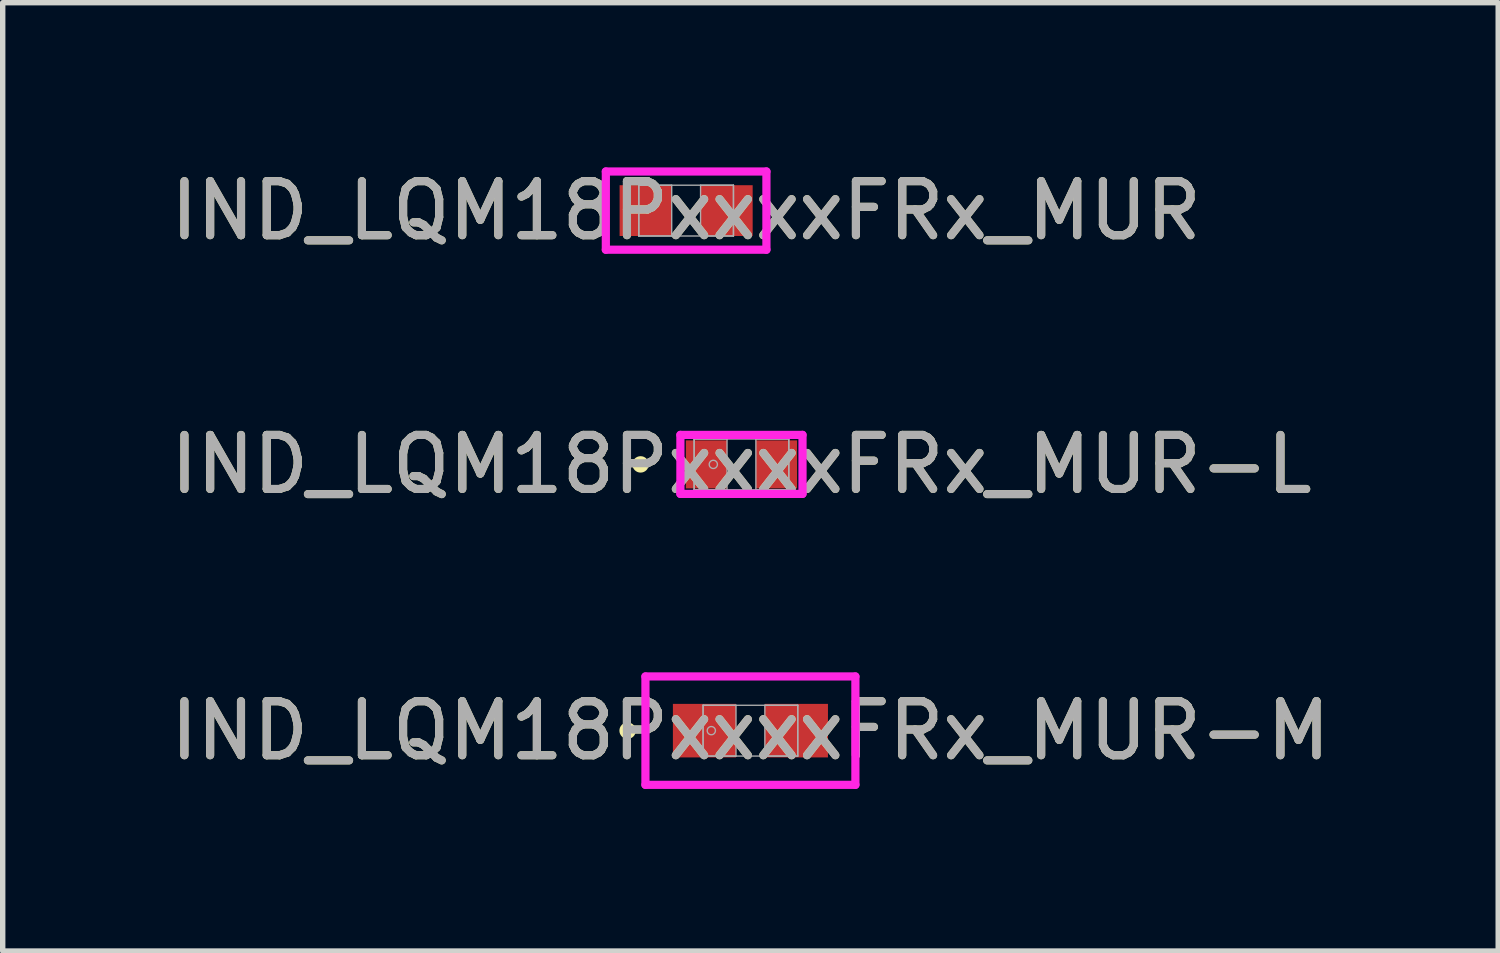
<source format=kicad_pcb>
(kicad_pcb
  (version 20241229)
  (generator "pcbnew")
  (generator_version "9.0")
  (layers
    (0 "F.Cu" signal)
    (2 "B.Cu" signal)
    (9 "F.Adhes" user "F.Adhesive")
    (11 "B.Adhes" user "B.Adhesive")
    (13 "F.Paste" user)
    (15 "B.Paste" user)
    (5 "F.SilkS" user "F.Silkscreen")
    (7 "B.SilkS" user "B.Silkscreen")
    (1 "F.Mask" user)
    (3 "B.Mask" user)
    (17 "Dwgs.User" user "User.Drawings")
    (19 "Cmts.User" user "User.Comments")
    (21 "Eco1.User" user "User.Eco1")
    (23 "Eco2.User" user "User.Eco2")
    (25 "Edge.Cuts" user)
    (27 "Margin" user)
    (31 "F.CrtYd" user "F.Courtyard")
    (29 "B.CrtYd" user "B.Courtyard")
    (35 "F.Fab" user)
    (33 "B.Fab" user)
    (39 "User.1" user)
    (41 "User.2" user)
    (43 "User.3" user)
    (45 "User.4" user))
  (footprint "IND_LQM18PxxxxFRx_MUR"
    (layer "F.Cu")
    (at 9.649 0.848)
    (property "Reference" "IND_LQM18PxxxxFRx_MUR" (at 0 0 0) (unlocked yes) (layer "F.SilkS") (effects (font (size 1 1) (thickness 0.15))))
    (attr smd)
    (fp_line (start -1.486 -0.724) (end 1.486 -0.724) (stroke (width 0.152) (type solid)) (layer "F.CrtYd"))
    (fp_line (start -1.486 0.724) (end -1.486 -0.724) (stroke (width 0.152) (type solid)) (layer "F.CrtYd"))
    (fp_line (start 1.486 -0.724) (end 1.486 0.724) (stroke (width 0.152) (type solid)) (layer "F.CrtYd"))
    (fp_line (start 1.486 0.724) (end -1.486 0.724) (stroke (width 0.152) (type solid)) (layer "F.CrtYd"))
    (fp_line (start -0.876 -0.47) (end -0.876 0.47) (stroke (width 0.025) (type solid)) (layer "F.Fab"))
    (fp_line (start -0.876 -0.47) (end -0.876 0.47) (stroke (width 0.025) (type solid)) (layer "F.Fab"))
    (fp_line (start -0.876 0.47) (end -0.267 0.47) (stroke (width 0.025) (type solid)) (layer "F.Fab"))
    (fp_line (start -0.876 0.47) (end 0.876 0.47) (stroke (width 0.025) (type solid)) (layer "F.Fab"))
    (fp_line (start -0.267 -0.47) (end -0.876 -0.47) (stroke (width 0.025) (type solid)) (layer "F.Fab"))
    (fp_line (start -0.267 0.47) (end -0.267 -0.47) (stroke (width 0.025) (type solid)) (layer "F.Fab"))
    (fp_line (start 0.267 -0.47) (end 0.267 0.47) (stroke (width 0.025) (type solid)) (layer "F.Fab"))
    (fp_line (start 0.267 0.47) (end 0.876 0.47) (stroke (width 0.025) (type solid)) (layer "F.Fab"))
    (fp_line (start 0.876 -0.47) (end -0.876 -0.47) (stroke (width 0.025) (type solid)) (layer "F.Fab"))
    (fp_line (start 0.876 -0.47) (end 0.267 -0.47) (stroke (width 0.025) (type solid)) (layer "F.Fab"))
    (fp_line (start 0.876 0.47) (end 0.876 -0.47) (stroke (width 0.025) (type solid)) (layer "F.Fab"))
    (fp_line (start 0.876 0.47) (end 0.876 -0.47) (stroke (width 0.025) (type solid)) (layer "F.Fab"))
    (fp_circle (center -0.622 0) (end -0.622 0) (stroke (width 0.025) (type solid)) (fill no) (layer "F.Fab"))
    (fp_text user "${REFERENCE}" (at 0 0 0) (unlocked yes) (layer "F.Fab") (effects (font (size 1 1) (thickness 0.15))))
    (pad "1" smd rect (at -0.749 0) (size 0.965 0.94) (layers "F.Cu" "F.Mask" "F.Paste"))
    (pad "2" smd rect (at 0.749 0) (size 0.965 0.94) (layers "F.Cu" "F.Mask" "F.Paste"))
    (zone (net_name "") (layer "F.Cu") (hatch full 0.508) (connect_pads) (min_thickness 0.254) (filled_areas_thickness no) (keepout (tracks not_allowed) (vias not_allowed) (pads allowed) (copperpour not_allowed) (footprints allowed)) (placement (enabled no)) (fill) (polygon (pts (xy 9.433 0.429) (xy 9.865 0.429) (xy 9.865 1.267) (xy 9.433 1.267)))))
  (footprint "IND_LQM18PxxxxFRx_MUR-M"
    (layer "F.Cu")
    (at 10.839 10.473)
    (property "Reference" "IND_LQM18PxxxxFRx_MUR-M" (at 0 0 0) (unlocked yes) (layer "F.SilkS") (effects (font (size 1 1) (thickness 0.15))))
    (attr smd)
    (fp_circle (center -2.273 0) (end -2.197 0) (stroke (width 0.152) (type solid)) (fill no) (layer "F.SilkS"))
    (fp_line (start -1.943 -1.003) (end 1.943 -1.003) (stroke (width 0.152) (type solid)) (layer "F.CrtYd"))
    (fp_line (start -1.943 1.003) (end -1.943 -1.003) (stroke (width 0.152) (type solid)) (layer "F.CrtYd"))
    (fp_line (start 1.943 -1.003) (end 1.943 1.003) (stroke (width 0.152) (type solid)) (layer "F.CrtYd"))
    (fp_line (start 1.943 1.003) (end -1.943 1.003) (stroke (width 0.152) (type solid)) (layer "F.CrtYd"))
    (fp_line (start -0.876 -0.47) (end -0.876 0.47) (stroke (width 0.025) (type solid)) (layer "F.Fab"))
    (fp_line (start -0.876 -0.47) (end -0.876 0.47) (stroke (width 0.025) (type solid)) (layer "F.Fab"))
    (fp_line (start -0.876 0.47) (end -0.267 0.47) (stroke (width 0.025) (type solid)) (layer "F.Fab"))
    (fp_line (start -0.876 0.47) (end 0.876 0.47) (stroke (width 0.025) (type solid)) (layer "F.Fab"))
    (fp_line (start -0.267 -0.47) (end -0.876 -0.47) (stroke (width 0.025) (type solid)) (layer "F.Fab"))
    (fp_line (start -0.267 0.47) (end -0.267 -0.47) (stroke (width 0.025) (type solid)) (layer "F.Fab"))
    (fp_line (start 0.267 -0.47) (end 0.267 0.47) (stroke (width 0.025) (type solid)) (layer "F.Fab"))
    (fp_line (start 0.267 0.47) (end 0.876 0.47) (stroke (width 0.025) (type solid)) (layer "F.Fab"))
    (fp_line (start 0.876 -0.47) (end -0.876 -0.47) (stroke (width 0.025) (type solid)) (layer "F.Fab"))
    (fp_line (start 0.876 -0.47) (end 0.267 -0.47) (stroke (width 0.025) (type solid)) (layer "F.Fab"))
    (fp_line (start 0.876 0.47) (end 0.876 -0.47) (stroke (width 0.025) (type solid)) (layer "F.Fab"))
    (fp_line (start 0.876 0.47) (end 0.876 -0.47) (stroke (width 0.025) (type solid)) (layer "F.Fab"))
    (fp_circle (center -0.724 0) (end -0.648 0) (stroke (width 0.025) (type solid)) (fill no) (layer "F.Fab"))
    (fp_text user "${REFERENCE}" (at 0 0 0) (unlocked yes) (layer "F.Fab") (effects (font (size 1 1) (thickness 0.15))))
    (pad "1" smd rect (at -0.851 0) (size 1.168 0.991) (layers "F.Cu" "F.Mask" "F.Paste"))
    (pad "2" smd rect (at 0.851 0) (size 1.168 0.991) (layers "F.Cu" "F.Mask" "F.Paste"))
    (zone (net_name "") (layer "F.Cu") (hatch full 0.508) (connect_pads) (min_thickness 0.254) (filled_areas_thickness no) (keepout (tracks not_allowed) (vias not_allowed) (pads allowed) (copperpour not_allowed) (footprints allowed)) (placement (enabled no)) (fill) (polygon (pts (xy 10.623 10.053) (xy 11.055 10.053) (xy 11.055 10.892) (xy 10.623 10.892)))))
  (footprint "IND_LQM18PxxxxFRx_MUR-L"
    (layer "F.Cu")
    (at 10.673 5.545)
    (property "Reference" "IND_LQM18PxxxxFRx_MUR-L" (at 0 0 0) (unlocked yes) (layer "F.SilkS") (effects (font (size 1 1) (thickness 0.15))))
    (attr smd)
    (fp_circle (center -1.867 0) (end -1.791 0) (stroke (width 0.152) (type solid)) (fill no) (layer "F.SilkS"))
    (fp_line (start -1.13 -0.546) (end 1.13 -0.546) (stroke (width 0.152) (type solid)) (layer "F.CrtYd"))
    (fp_line (start -1.13 0.546) (end -1.13 -0.546) (stroke (width 0.152) (type solid)) (layer "F.CrtYd"))
    (fp_line (start 1.13 -0.546) (end 1.13 0.546) (stroke (width 0.152) (type solid)) (layer "F.CrtYd"))
    (fp_line (start 1.13 0.546) (end -1.13 0.546) (stroke (width 0.152) (type solid)) (layer "F.CrtYd"))
    (fp_line (start -0.876 -0.47) (end -0.876 0.47) (stroke (width 0.025) (type solid)) (layer "F.Fab"))
    (fp_line (start -0.876 -0.47) (end -0.876 0.47) (stroke (width 0.025) (type solid)) (layer "F.Fab"))
    (fp_line (start -0.876 0.47) (end -0.267 0.47) (stroke (width 0.025) (type solid)) (layer "F.Fab"))
    (fp_line (start -0.876 0.47) (end 0.876 0.47) (stroke (width 0.025) (type solid)) (layer "F.Fab"))
    (fp_line (start -0.267 -0.47) (end -0.876 -0.47) (stroke (width 0.025) (type solid)) (layer "F.Fab"))
    (fp_line (start -0.267 0.47) (end -0.267 -0.47) (stroke (width 0.025) (type solid)) (layer "F.Fab"))
    (fp_line (start 0.267 -0.47) (end 0.267 0.47) (stroke (width 0.025) (type solid)) (layer "F.Fab"))
    (fp_line (start 0.267 0.47) (end 0.876 0.47) (stroke (width 0.025) (type solid)) (layer "F.Fab"))
    (fp_line (start 0.876 -0.47) (end -0.876 -0.47) (stroke (width 0.025) (type solid)) (layer "F.Fab"))
    (fp_line (start 0.876 -0.47) (end 0.267 -0.47) (stroke (width 0.025) (type solid)) (layer "F.Fab"))
    (fp_line (start 0.876 0.47) (end 0.876 -0.47) (stroke (width 0.025) (type solid)) (layer "F.Fab"))
    (fp_line (start 0.876 0.47) (end 0.876 -0.47) (stroke (width 0.025) (type solid)) (layer "F.Fab"))
    (fp_circle (center -0.521 0) (end -0.445 0) (stroke (width 0.025) (type solid)) (fill no) (layer "F.Fab"))
    (fp_text user "${REFERENCE}" (at 0 0 0) (unlocked yes) (layer "F.Fab") (effects (font (size 1 1) (thickness 0.15))))
    (pad "1" smd rect (at -0.648 0) (size 0.762 0.889) (layers "F.Cu" "F.Mask" "F.Paste"))
    (pad "2" smd rect (at 0.648 0) (size 0.762 0.889) (layers "F.Cu" "F.Mask" "F.Paste"))
    (zone (net_name "") (layer "F.Cu") (hatch full 0.508) (connect_pads) (min_thickness 0.254) (filled_areas_thickness no) (keepout (tracks not_allowed) (vias not_allowed) (pads allowed) (copperpour not_allowed) (footprints allowed)) (placement (enabled no)) (fill) (polygon (pts (xy 10.457 5.126) (xy 10.889 5.126) (xy 10.889 5.964) (xy 10.457 5.964)))))
  (gr_rect
    (start -3 -3)
    (end 24.679 14.552)
    (stroke (width 0.1) (type default))
    (fill no)
    (layer "Edge.Cuts")))
</source>
